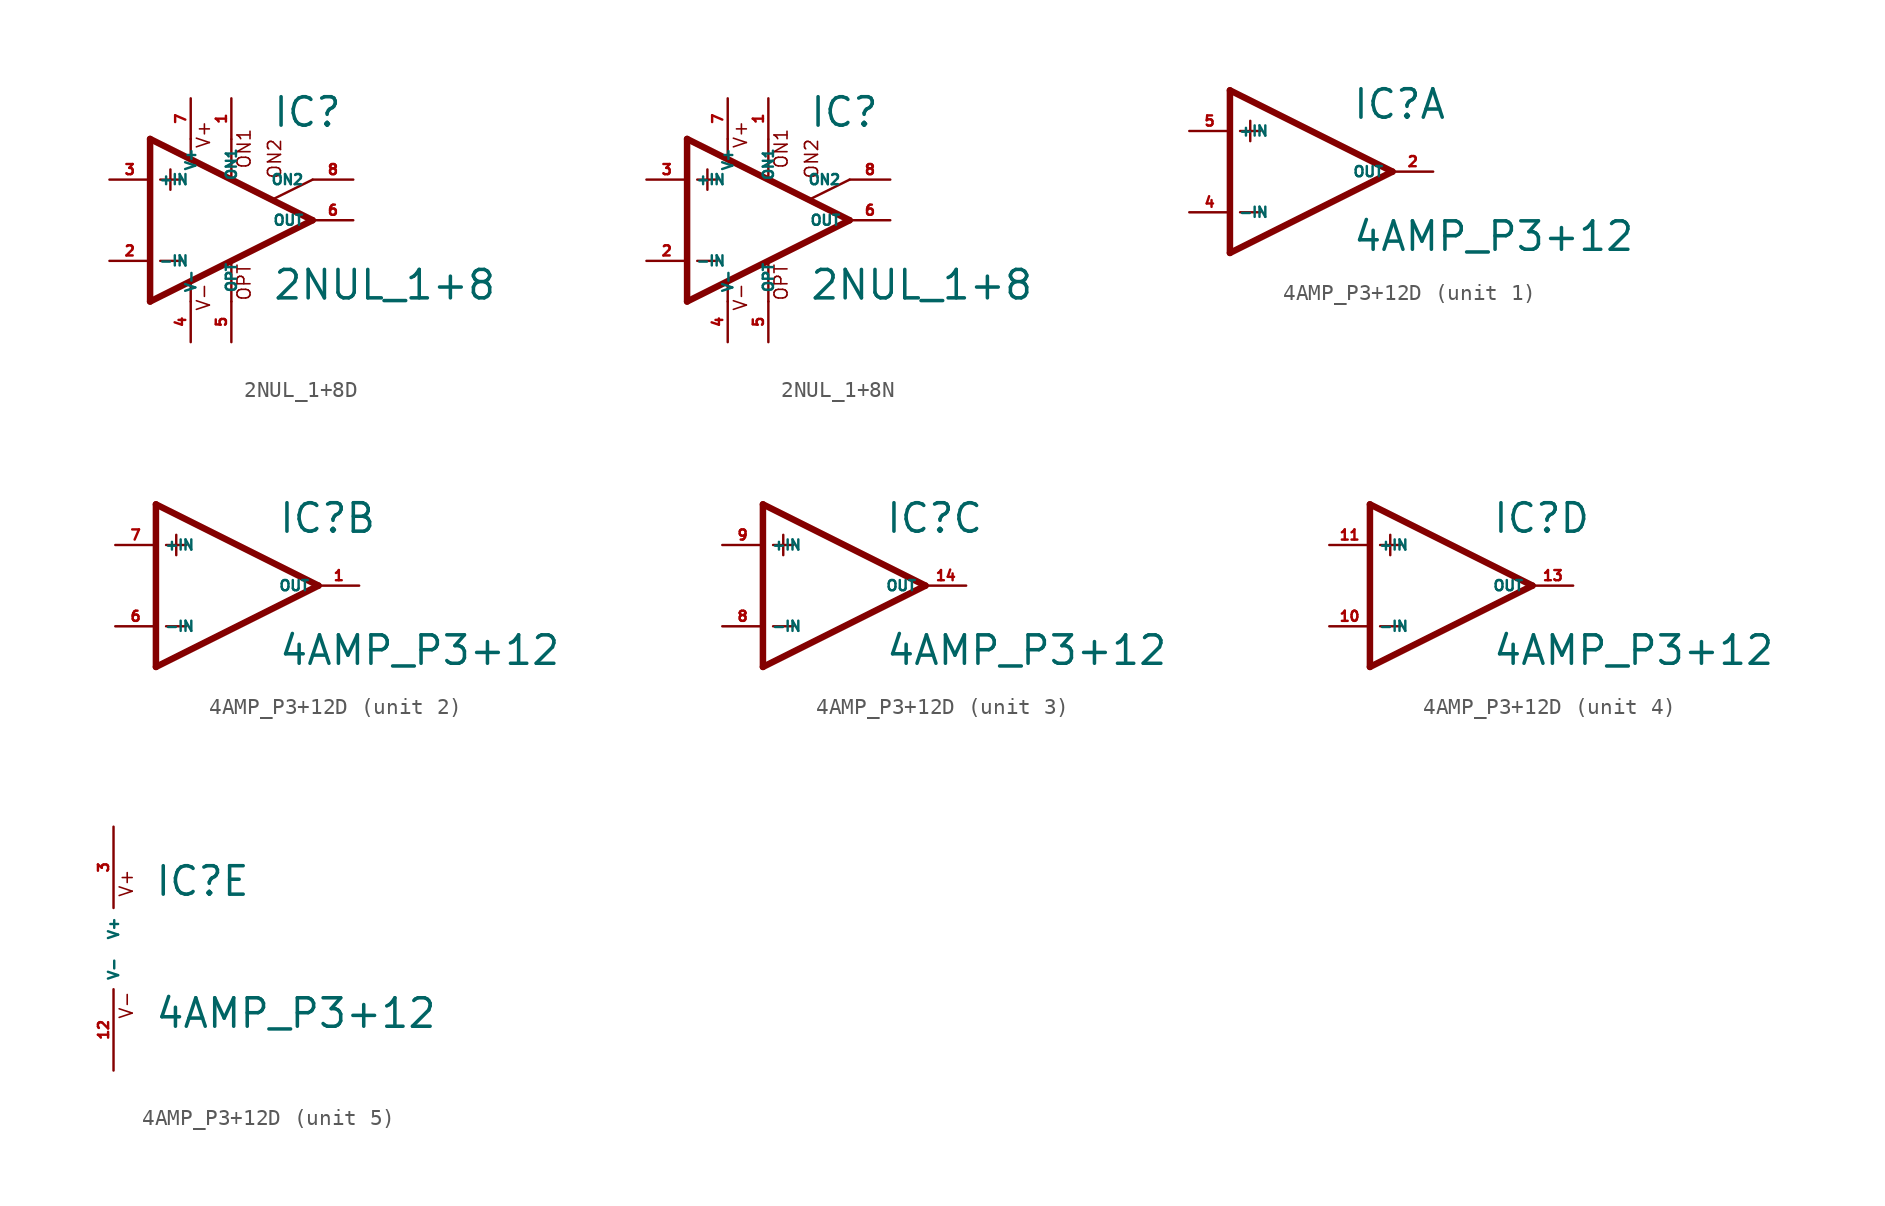
<source format=kicad_sym>
(kicad_symbol_lib
  (version 20220914)
  (generator Eagle2Kicad)
  (symbol "2NUL_1+8D"
    (property "Reference" "IC"
      (at 2.54 5.715 0)
      (effects (font (size 1.778 1.778) (thickness 0.22)) (justify left bottom)))
    (property "Value" "2NUL_1+8"
      (at 2.54 -5.08 0)
      (effects (font (size 1.778 1.778) (thickness 0.22)) (justify left bottom)))
    (polyline
      (pts (xy -3.81 3.175) (xy -3.81 1.905))
      (stroke (width 0.152) (type default))
      (fill (type none)))
    (polyline
      (pts (xy -4.445 2.54) (xy -3.175 2.54))
      (stroke (width 0.152) (type default))
      (fill (type none)))
    (polyline
      (pts (xy -4.445 -2.54) (xy -3.175 -2.54))
      (stroke (width 0.152) (type default))
      (fill (type none)))
    (polyline
      (pts (xy -2.54 5.08) (xy -2.54 3.886))
      (stroke (width 0.152) (type default))
      (fill (type none)))
    (polyline
      (pts (xy 0 5.055) (xy 0 2.616))
      (stroke (width 0.152) (type default))
      (fill (type none)))
    (polyline
      (pts (xy 0 -2.616) (xy 0 -5.08))
      (stroke (width 0.152) (type default))
      (fill (type none)))
    (polyline
      (pts (xy -2.54 -3.912) (xy -2.54 -5.08))
      (stroke (width 0.152) (type default))
      (fill (type none)))
    (polyline
      (pts (xy 5.08 2.54) (xy 2.616 1.321))
      (stroke (width 0.152) (type default))
      (fill (type none)))
    (polyline
      (pts (xy 5.08 0) (xy -5.08 5.08))
      (stroke (width 0.406) (type default))
      (fill (type none)))
    (polyline
      (pts (xy -5.08 5.08) (xy -5.08 -5.08))
      (stroke (width 0.406) (type default))
      (fill (type none)))
    (polyline
      (pts (xy -5.08 -5.08) (xy 5.08 0))
      (stroke (width 0.406) (type default))
      (fill (type none)))
    (text "ON1"
      (at 1.27 3.175 900)
      (effects (font (size 0.813 0.813) (thickness 0.10)) (justify left bottom)))
    (text "ON2"
      (at 3.175 2.54 900)
      (effects (font (size 0.813 0.813) (thickness 0.10)) (justify left bottom)))
    (text "OPT"
      (at 1.27 -5.08 900)
      (effects (font (size 0.813 0.813) (thickness 0.10)) (justify left bottom)))
    (text "V+"
      (at -1.27 4.445 900)
      (effects (font (size 0.813 0.813) (thickness 0.10)) (justify left bottom)))
    (text "V-"
      (at -1.27 -5.715 900)
      (effects (font (size 0.813 0.813) (thickness 0.10)) (justify left bottom)))
    (pin passive line
      (at 7.62 2.54 180)
      (length 2.54)
      (name "ON2" (effects (font (size 0.635 0.635) (thickness 0.08)) (justify left bottom)))
      (number "8" (effects (font (size 0.635 0.635) (thickness 0.08)) (justify left bottom))))
    (pin passive line
      (at 0 7.62 270)
      (length 2.54)
      (name "ON1" (effects (font (size 0.635 0.635) (thickness 0.08)) (justify left bottom)))
      (number "1" (effects (font (size 0.635 0.635) (thickness 0.08)) (justify left bottom))))
    (pin input line
      (at -7.62 -2.54 0)
      (length 2.54)
      (name "-IN" (effects (font (size 0.635 0.635) (thickness 0.08)) (justify left bottom)))
      (number "2" (effects (font (size 0.635 0.635) (thickness 0.08)) (justify left bottom))))
    (pin input line
      (at -7.62 2.54 0)
      (length 2.54)
      (name "+IN" (effects (font (size 0.635 0.635) (thickness 0.08)) (justify left bottom)))
      (number "3" (effects (font (size 0.635 0.635) (thickness 0.08)) (justify left bottom))))
    (pin output line
      (at 7.62 0 180)
      (length 2.54)
      (name "OUT" (effects (font (size 0.635 0.635) (thickness 0.08)) (justify left bottom)))
      (number "6" (effects (font (size 0.635 0.635) (thickness 0.08)) (justify left bottom))))
    (pin passive line
      (at 0 -7.62 90)
      (length 2.54)
      (name "OPT" (effects (font (size 0.635 0.635) (thickness 0.08)) (justify left bottom)))
      (number "5" (effects (font (size 0.635 0.635) (thickness 0.08)) (justify left bottom))))
    (pin unspecified line
      (at -2.54 7.62 270)
      (length 2.54)
      (name "V+" (effects (font (size 0.635 0.635) (thickness 0.08)) (justify left bottom)))
      (number "7" (effects (font (size 0.635 0.635) (thickness 0.08)) (justify left bottom))))
    (pin unspecified line
      (at -2.54 -7.62 90)
      (length 2.54)
      (name "V-" (effects (font (size 0.635 0.635) (thickness 0.08)) (justify left bottom)))
      (number "4" (effects (font (size 0.635 0.635) (thickness 0.08)) (justify left bottom)))))
  (symbol "2NUL_1+8N"
    (property "Reference" "IC"
      (at 2.54 5.715 0)
      (effects (font (size 1.778 1.778) (thickness 0.22)) (justify left bottom)))
    (property "Value" "2NUL_1+8"
      (at 2.54 -5.08 0)
      (effects (font (size 1.778 1.778) (thickness 0.22)) (justify left bottom)))
    (polyline
      (pts (xy -3.81 3.175) (xy -3.81 1.905))
      (stroke (width 0.152) (type default))
      (fill (type none)))
    (polyline
      (pts (xy -4.445 2.54) (xy -3.175 2.54))
      (stroke (width 0.152) (type default))
      (fill (type none)))
    (polyline
      (pts (xy -4.445 -2.54) (xy -3.175 -2.54))
      (stroke (width 0.152) (type default))
      (fill (type none)))
    (polyline
      (pts (xy -2.54 5.08) (xy -2.54 3.886))
      (stroke (width 0.152) (type default))
      (fill (type none)))
    (polyline
      (pts (xy 0 5.055) (xy 0 2.616))
      (stroke (width 0.152) (type default))
      (fill (type none)))
    (polyline
      (pts (xy 0 -2.616) (xy 0 -5.08))
      (stroke (width 0.152) (type default))
      (fill (type none)))
    (polyline
      (pts (xy -2.54 -3.912) (xy -2.54 -5.08))
      (stroke (width 0.152) (type default))
      (fill (type none)))
    (polyline
      (pts (xy 5.08 2.54) (xy 2.616 1.321))
      (stroke (width 0.152) (type default))
      (fill (type none)))
    (polyline
      (pts (xy 5.08 0) (xy -5.08 5.08))
      (stroke (width 0.406) (type default))
      (fill (type none)))
    (polyline
      (pts (xy -5.08 5.08) (xy -5.08 -5.08))
      (stroke (width 0.406) (type default))
      (fill (type none)))
    (polyline
      (pts (xy -5.08 -5.08) (xy 5.08 0))
      (stroke (width 0.406) (type default))
      (fill (type none)))
    (text "ON1"
      (at 1.27 3.175 900)
      (effects (font (size 0.813 0.813) (thickness 0.10)) (justify left bottom)))
    (text "ON2"
      (at 3.175 2.54 900)
      (effects (font (size 0.813 0.813) (thickness 0.10)) (justify left bottom)))
    (text "OPT"
      (at 1.27 -5.08 900)
      (effects (font (size 0.813 0.813) (thickness 0.10)) (justify left bottom)))
    (text "V+"
      (at -1.27 4.445 900)
      (effects (font (size 0.813 0.813) (thickness 0.10)) (justify left bottom)))
    (text "V-"
      (at -1.27 -5.715 900)
      (effects (font (size 0.813 0.813) (thickness 0.10)) (justify left bottom)))
    (pin passive line
      (at 7.62 2.54 180)
      (length 2.54)
      (name "ON2" (effects (font (size 0.635 0.635) (thickness 0.08)) (justify left bottom)))
      (number "8" (effects (font (size 0.635 0.635) (thickness 0.08)) (justify left bottom))))
    (pin passive line
      (at 0 7.62 270)
      (length 2.54)
      (name "ON1" (effects (font (size 0.635 0.635) (thickness 0.08)) (justify left bottom)))
      (number "1" (effects (font (size 0.635 0.635) (thickness 0.08)) (justify left bottom))))
    (pin input line
      (at -7.62 -2.54 0)
      (length 2.54)
      (name "-IN" (effects (font (size 0.635 0.635) (thickness 0.08)) (justify left bottom)))
      (number "2" (effects (font (size 0.635 0.635) (thickness 0.08)) (justify left bottom))))
    (pin input line
      (at -7.62 2.54 0)
      (length 2.54)
      (name "+IN" (effects (font (size 0.635 0.635) (thickness 0.08)) (justify left bottom)))
      (number "3" (effects (font (size 0.635 0.635) (thickness 0.08)) (justify left bottom))))
    (pin output line
      (at 7.62 0 180)
      (length 2.54)
      (name "OUT" (effects (font (size 0.635 0.635) (thickness 0.08)) (justify left bottom)))
      (number "6" (effects (font (size 0.635 0.635) (thickness 0.08)) (justify left bottom))))
    (pin passive line
      (at 0 -7.62 90)
      (length 2.54)
      (name "OPT" (effects (font (size 0.635 0.635) (thickness 0.08)) (justify left bottom)))
      (number "5" (effects (font (size 0.635 0.635) (thickness 0.08)) (justify left bottom))))
    (pin unspecified line
      (at -2.54 7.62 270)
      (length 2.54)
      (name "V+" (effects (font (size 0.635 0.635) (thickness 0.08)) (justify left bottom)))
      (number "7" (effects (font (size 0.635 0.635) (thickness 0.08)) (justify left bottom))))
    (pin unspecified line
      (at -2.54 -7.62 90)
      (length 2.54)
      (name "V-" (effects (font (size 0.635 0.635) (thickness 0.08)) (justify left bottom)))
      (number "4" (effects (font (size 0.635 0.635) (thickness 0.08)) (justify left bottom)))))
  (symbol "4AMP_P3+12D"
    (property "Reference" "IC"
      (at 2.54 3.175 0)
      (effects (font (size 1.778 1.778) (thickness 0.22)) (justify left bottom)))
    (property "Value" "4AMP_P3+12"
      (at 2.54 -5.08 0)
      (effects (font (size 1.778 1.778) (thickness 0.22)) (justify left bottom)))
    (symbol "4AMP_P3+12D_1_0"
      (polyline (pts (xy -5.08 5.08) (xy -5.08 -5.08)) (stroke (width 0.406) (type default)) (fill (type none)))
      (polyline (pts (xy -5.08 -5.08) (xy 5.08 0)) (stroke (width 0.406) (type default)) (fill (type none)))
      (polyline (pts (xy 5.08 0) (xy -5.08 5.08)) (stroke (width 0.406) (type default)) (fill (type none)))
      (polyline (pts (xy -3.81 3.175) (xy -3.81 1.905)) (stroke (width 0.152) (type default)) (fill (type none)))
      (polyline (pts (xy -4.445 2.54) (xy -3.175 2.54)) (stroke (width 0.152) (type default)) (fill (type none)))
      (polyline (pts (xy -4.445 -2.54) (xy -3.175 -2.54)) (stroke (width 0.152) (type default)) (fill (type none)))
      (pin input line (at -7.62 -2.54 0) (length 2.54) (name "-IN" (effects (font (size 0.635 0.635) (thickness 0.08)) (justify left bottom))) (number "4" (effects (font (size 0.635 0.635) (thickness 0.08)) (justify left bottom))))
      (pin input line (at -7.62 2.54 0) (length 2.54) (name "+IN" (effects (font (size 0.635 0.635) (thickness 0.08)) (justify left bottom))) (number "5" (effects (font (size 0.635 0.635) (thickness 0.08)) (justify left bottom))))
      (pin output line (at 7.62 0 180) (length 2.54) (name "OUT" (effects (font (size 0.635 0.635) (thickness 0.08)) (justify left bottom))) (number "2" (effects (font (size 0.635 0.635) (thickness 0.08)) (justify left bottom)))))
    (symbol "4AMP_P3+12D_2_0"
      (polyline (pts (xy -5.08 5.08) (xy -5.08 -5.08)) (stroke (width 0.406) (type default)) (fill (type none)))
      (polyline (pts (xy -5.08 -5.08) (xy 5.08 0)) (stroke (width 0.406) (type default)) (fill (type none)))
      (polyline (pts (xy 5.08 0) (xy -5.08 5.08)) (stroke (width 0.406) (type default)) (fill (type none)))
      (polyline (pts (xy -3.81 3.175) (xy -3.81 1.905)) (stroke (width 0.152) (type default)) (fill (type none)))
      (polyline (pts (xy -4.445 2.54) (xy -3.175 2.54)) (stroke (width 0.152) (type default)) (fill (type none)))
      (polyline (pts (xy -4.445 -2.54) (xy -3.175 -2.54)) (stroke (width 0.152) (type default)) (fill (type none)))
      (pin input line (at -7.62 -2.54 0) (length 2.54) (name "-IN" (effects (font (size 0.635 0.635) (thickness 0.08)) (justify left bottom))) (number "6" (effects (font (size 0.635 0.635) (thickness 0.08)) (justify left bottom))))
      (pin input line (at -7.62 2.54 0) (length 2.54) (name "+IN" (effects (font (size 0.635 0.635) (thickness 0.08)) (justify left bottom))) (number "7" (effects (font (size 0.635 0.635) (thickness 0.08)) (justify left bottom))))
      (pin output line (at 7.62 0 180) (length 2.54) (name "OUT" (effects (font (size 0.635 0.635) (thickness 0.08)) (justify left bottom))) (number "1" (effects (font (size 0.635 0.635) (thickness 0.08)) (justify left bottom)))))
    (symbol "4AMP_P3+12D_3_0"
      (polyline (pts (xy -5.08 5.08) (xy -5.08 -5.08)) (stroke (width 0.406) (type default)) (fill (type none)))
      (polyline (pts (xy -5.08 -5.08) (xy 5.08 0)) (stroke (width 0.406) (type default)) (fill (type none)))
      (polyline (pts (xy 5.08 0) (xy -5.08 5.08)) (stroke (width 0.406) (type default)) (fill (type none)))
      (polyline (pts (xy -3.81 3.175) (xy -3.81 1.905)) (stroke (width 0.152) (type default)) (fill (type none)))
      (polyline (pts (xy -4.445 2.54) (xy -3.175 2.54)) (stroke (width 0.152) (type default)) (fill (type none)))
      (polyline (pts (xy -4.445 -2.54) (xy -3.175 -2.54)) (stroke (width 0.152) (type default)) (fill (type none)))
      (pin input line (at -7.62 -2.54 0) (length 2.54) (name "-IN" (effects (font (size 0.635 0.635) (thickness 0.08)) (justify left bottom))) (number "8" (effects (font (size 0.635 0.635) (thickness 0.08)) (justify left bottom))))
      (pin input line (at -7.62 2.54 0) (length 2.54) (name "+IN" (effects (font (size 0.635 0.635) (thickness 0.08)) (justify left bottom))) (number "9" (effects (font (size 0.635 0.635) (thickness 0.08)) (justify left bottom))))
      (pin output line (at 7.62 0 180) (length 2.54) (name "OUT" (effects (font (size 0.635 0.635) (thickness 0.08)) (justify left bottom))) (number "14" (effects (font (size 0.635 0.635) (thickness 0.08)) (justify left bottom)))))
    (symbol "4AMP_P3+12D_4_0"
      (polyline (pts (xy -5.08 5.08) (xy -5.08 -5.08)) (stroke (width 0.406) (type default)) (fill (type none)))
      (polyline (pts (xy -5.08 -5.08) (xy 5.08 0)) (stroke (width 0.406) (type default)) (fill (type none)))
      (polyline (pts (xy 5.08 0) (xy -5.08 5.08)) (stroke (width 0.406) (type default)) (fill (type none)))
      (polyline (pts (xy -3.81 3.175) (xy -3.81 1.905)) (stroke (width 0.152) (type default)) (fill (type none)))
      (polyline (pts (xy -4.445 2.54) (xy -3.175 2.54)) (stroke (width 0.152) (type default)) (fill (type none)))
      (polyline (pts (xy -4.445 -2.54) (xy -3.175 -2.54)) (stroke (width 0.152) (type default)) (fill (type none)))
      (pin input line (at -7.62 -2.54 0) (length 2.54) (name "-IN" (effects (font (size 0.635 0.635) (thickness 0.08)) (justify left bottom))) (number "10" (effects (font (size 0.635 0.635) (thickness 0.08)) (justify left bottom))))
      (pin input line (at -7.62 2.54 0) (length 2.54) (name "+IN" (effects (font (size 0.635 0.635) (thickness 0.08)) (justify left bottom))) (number "11" (effects (font (size 0.635 0.635) (thickness 0.08)) (justify left bottom))))
      (pin output line (at 7.62 0 180) (length 2.54) (name "OUT" (effects (font (size 0.635 0.635) (thickness 0.08)) (justify left bottom))) (number "13" (effects (font (size 0.635 0.635) (thickness 0.08)) (justify left bottom)))))
    (symbol "4AMP_P3+12D_5_0"
      (text "V+" (at 1.27 3.175 900) (effects (font (size 0.813 0.813) (thickness 0.10)) (justify left bottom)))
      (text "V-" (at 1.27 -4.445 900) (effects (font (size 0.813 0.813) (thickness 0.10)) (justify left bottom)))
      (pin unspecified line (at 0 7.62 270) (length 5.08) (name "V+" (effects (font (size 0.635 0.635) (thickness 0.08)) (justify left bottom))) (number "3" (effects (font (size 0.635 0.635) (thickness 0.08)) (justify left bottom))))
      (pin unspecified line (at 0 -7.62 90) (length 5.08) (name "V-" (effects (font (size 0.635 0.635) (thickness 0.08)) (justify left bottom))) (number "12" (effects (font (size 0.635 0.635) (thickness 0.08)) (justify left bottom)))))))
</source>
